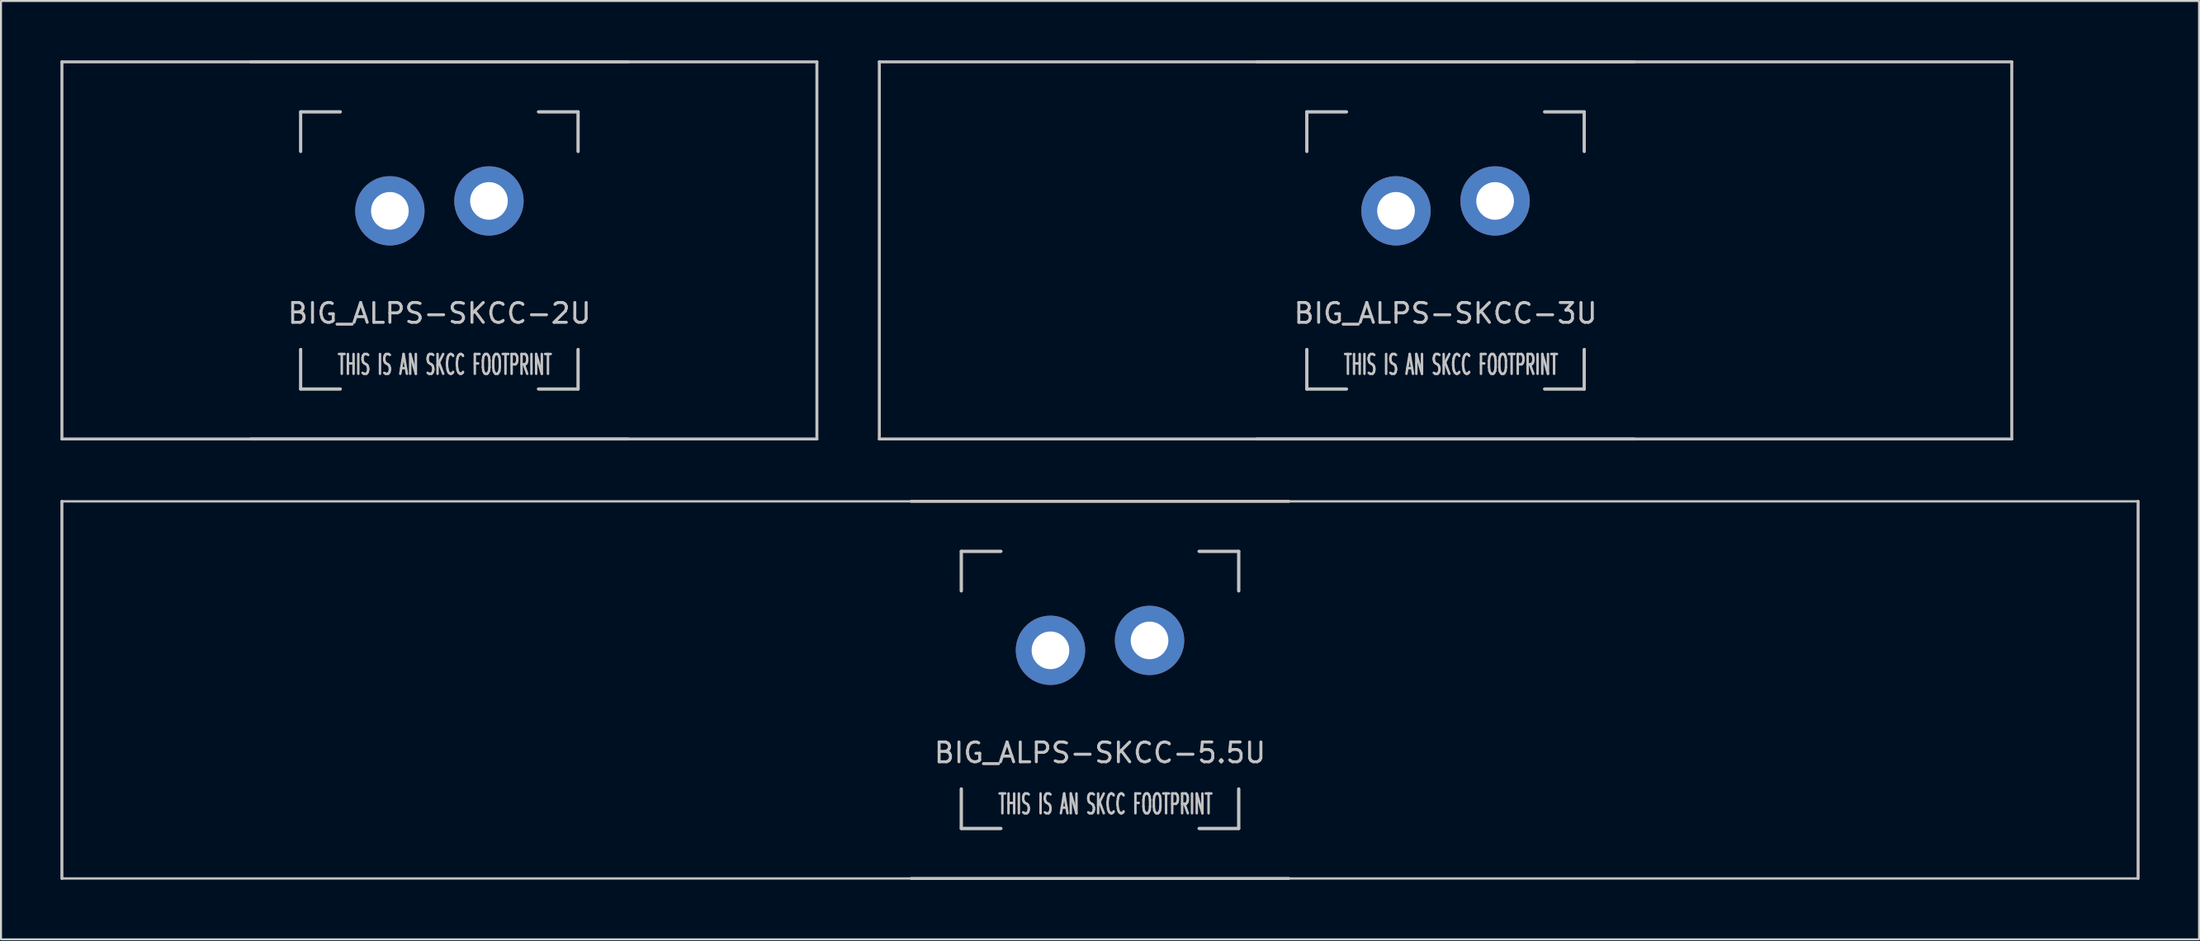
<source format=kicad_pcb>
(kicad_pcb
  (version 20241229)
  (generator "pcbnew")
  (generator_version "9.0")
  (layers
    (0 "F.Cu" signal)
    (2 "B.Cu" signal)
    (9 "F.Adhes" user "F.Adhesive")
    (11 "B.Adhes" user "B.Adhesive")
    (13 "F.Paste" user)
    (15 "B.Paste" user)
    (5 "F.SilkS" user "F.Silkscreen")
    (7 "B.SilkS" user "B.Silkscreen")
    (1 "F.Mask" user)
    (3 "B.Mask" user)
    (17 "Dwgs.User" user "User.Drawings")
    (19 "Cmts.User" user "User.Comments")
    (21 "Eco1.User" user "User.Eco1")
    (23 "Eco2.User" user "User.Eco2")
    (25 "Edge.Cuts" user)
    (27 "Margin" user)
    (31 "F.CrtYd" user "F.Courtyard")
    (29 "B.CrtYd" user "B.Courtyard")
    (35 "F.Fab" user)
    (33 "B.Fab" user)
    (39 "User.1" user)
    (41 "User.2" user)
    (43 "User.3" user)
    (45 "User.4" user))
  (footprint "BIG_ALPS-SKCC-3U"
    (layer "F.Cu")
    (at 69.9 9.6)
    (property "Reference" "BIG_ALPS-SKCC-3U" (at 0 3.175 0) (layer "Dwgs.User") (effects (font (size 1 1) (thickness 0.15))))
    (attr through_hole)
    (fp_line (start -28.575 -9.525) (end 28.575 -9.525) (stroke (width 0.15) (type solid)) (layer "Dwgs.User"))
    (fp_line (start -28.575 9.525) (end -28.575 -9.525) (stroke (width 0.15) (type solid)) (layer "Dwgs.User"))
    (fp_line (start -28.575 9.525) (end 28.575 9.525) (stroke (width 0.15) (type solid)) (layer "Dwgs.User"))
    (fp_line (start -9.525 -9.525) (end 9.525 -9.525) (stroke (width 0.15) (type solid)) (layer "Dwgs.User"))
    (fp_line (start -9.525 9.525) (end 9.525 9.525) (stroke (width 0.15) (type solid)) (layer "Dwgs.User"))
    (fp_line (start -7 -7) (end -7 -5) (stroke (width 0.15) (type solid)) (layer "Dwgs.User"))
    (fp_line (start -7 -7) (end -7 -5) (stroke (width 0.15) (type solid)) (layer "Dwgs.User"))
    (fp_line (start -7 5) (end -7 7) (stroke (width 0.15) (type solid)) (layer "Dwgs.User"))
    (fp_line (start -7 5) (end -7 7) (stroke (width 0.15) (type solid)) (layer "Dwgs.User"))
    (fp_line (start -7 7) (end -5 7) (stroke (width 0.15) (type solid)) (layer "Dwgs.User"))
    (fp_line (start -7 7) (end -5 7) (stroke (width 0.15) (type solid)) (layer "Dwgs.User"))
    (fp_line (start -5 -7) (end -7 -7) (stroke (width 0.15) (type solid)) (layer "Dwgs.User"))
    (fp_line (start -5 -7) (end -7 -7) (stroke (width 0.15) (type solid)) (layer "Dwgs.User"))
    (fp_line (start 5 -7) (end 7 -7) (stroke (width 0.15) (type solid)) (layer "Dwgs.User"))
    (fp_line (start 5 -7) (end 7 -7) (stroke (width 0.15) (type solid)) (layer "Dwgs.User"))
    (fp_line (start 5 7) (end 7 7) (stroke (width 0.15) (type solid)) (layer "Dwgs.User"))
    (fp_line (start 5 7) (end 7 7) (stroke (width 0.15) (type solid)) (layer "Dwgs.User"))
    (fp_line (start 7 -7) (end 7 -5) (stroke (width 0.15) (type solid)) (layer "Dwgs.User"))
    (fp_line (start 7 -7) (end 7 -5) (stroke (width 0.15) (type solid)) (layer "Dwgs.User"))
    (fp_line (start 7 7) (end 7 5) (stroke (width 0.15) (type solid)) (layer "Dwgs.User"))
    (fp_line (start 7 7) (end 7 5) (stroke (width 0.15) (type solid)) (layer "Dwgs.User"))
    (fp_line (start 28.575 -9.525) (end 28.575 9.525) (stroke (width 0.15) (type solid)) (layer "Dwgs.User"))
    (fp_text user "THIS IS AN SKCC FOOTPRINT" (at 0.275 5.775 0) (layer "Dwgs.User") (effects (font (size 1 0.5) (thickness 0.125))))
    (pad "1" thru_hole circle (at -2.5 -2) (size 3.5 3.5) (drill 1.9) (layers "*.Cu" "*.Mask"))
    (pad "2" thru_hole circle (at 2.5 -2.5) (size 3.5 3.5) (drill 1.9) (layers "*.Cu" "*.Mask")))
  (footprint "BIG_ALPS-SKCC-5.5U"
    (layer "F.Cu")
    (at 52.462 31.8)
    (property "Reference" "BIG_ALPS-SKCC-5.5U" (at 0 3.175 0) (layer "Dwgs.User") (effects (font (size 1 1) (thickness 0.15))))
    (attr through_hole)
    (fp_line (start -52.388 9.525) (end -52.388 -9.525) (stroke (width 0.15) (type solid)) (layer "Dwgs.User"))
    (fp_line (start -52.388 9.525) (end 52.388 9.525) (stroke (width 0.12) (type solid)) (layer "Dwgs.User"))
    (fp_line (start -9.525 -9.525) (end 9.525 -9.525) (stroke (width 0.15) (type solid)) (layer "Dwgs.User"))
    (fp_line (start -9.525 9.525) (end 9.525 9.525) (stroke (width 0.15) (type solid)) (layer "Dwgs.User"))
    (fp_line (start -7 -7) (end -7 -5) (stroke (width 0.15) (type solid)) (layer "Dwgs.User"))
    (fp_line (start -7 -7) (end -7 -5) (stroke (width 0.15) (type solid)) (layer "Dwgs.User"))
    (fp_line (start -7 5) (end -7 7) (stroke (width 0.15) (type solid)) (layer "Dwgs.User"))
    (fp_line (start -7 5) (end -7 7) (stroke (width 0.15) (type solid)) (layer "Dwgs.User"))
    (fp_line (start -7 7) (end -5 7) (stroke (width 0.15) (type solid)) (layer "Dwgs.User"))
    (fp_line (start -7 7) (end -5 7) (stroke (width 0.15) (type solid)) (layer "Dwgs.User"))
    (fp_line (start -5 -7) (end -7 -7) (stroke (width 0.15) (type solid)) (layer "Dwgs.User"))
    (fp_line (start -5 -7) (end -7 -7) (stroke (width 0.15) (type solid)) (layer "Dwgs.User"))
    (fp_line (start 5 -7) (end 7 -7) (stroke (width 0.15) (type solid)) (layer "Dwgs.User"))
    (fp_line (start 5 -7) (end 7 -7) (stroke (width 0.15) (type solid)) (layer "Dwgs.User"))
    (fp_line (start 5 7) (end 7 7) (stroke (width 0.15) (type solid)) (layer "Dwgs.User"))
    (fp_line (start 5 7) (end 7 7) (stroke (width 0.15) (type solid)) (layer "Dwgs.User"))
    (fp_line (start 7 -7) (end 7 -5) (stroke (width 0.15) (type solid)) (layer "Dwgs.User"))
    (fp_line (start 7 -7) (end 7 -5) (stroke (width 0.15) (type solid)) (layer "Dwgs.User"))
    (fp_line (start 7 7) (end 7 5) (stroke (width 0.15) (type solid)) (layer "Dwgs.User"))
    (fp_line (start 7 7) (end 7 5) (stroke (width 0.15) (type solid)) (layer "Dwgs.User"))
    (fp_line (start 52.388 -9.525) (end -52.388 -9.525) (stroke (width 0.12) (type solid)) (layer "Dwgs.User"))
    (fp_line (start 52.388 -9.525) (end 52.388 9.525) (stroke (width 0.15) (type solid)) (layer "Dwgs.User"))
    (fp_text user "THIS IS AN SKCC FOOTPRINT" (at 0.275 5.775 0) (layer "Dwgs.User") (effects (font (size 1 0.5) (thickness 0.125))))
    (pad "1" thru_hole circle (at -2.5 -2) (size 3.5 3.5) (drill 1.9) (layers "*.Cu" "*.Mask"))
    (pad "2" thru_hole circle (at 2.5 -2.5) (size 3.5 3.5) (drill 1.9) (layers "*.Cu" "*.Mask")))
  (footprint "BIG_ALPS-SKCC-2U"
    (layer "F.Cu")
    (at 19.125 9.6)
    (property "Reference" "BIG_ALPS-SKCC-2U" (at 0 3.175 0) (layer "Dwgs.User") (effects (font (size 1 1) (thickness 0.15))))
    (attr through_hole)
    (fp_line (start -19.05 -9.525) (end 19.05 -9.525) (stroke (width 0.15) (type solid)) (layer "Dwgs.User"))
    (fp_line (start -19.05 9.525) (end -19.05 -9.525) (stroke (width 0.15) (type solid)) (layer "Dwgs.User"))
    (fp_line (start -19.05 9.525) (end 19.05 9.525) (stroke (width 0.15) (type solid)) (layer "Dwgs.User"))
    (fp_line (start -9.525 -9.525) (end 9.525 -9.525) (stroke (width 0.15) (type solid)) (layer "Dwgs.User"))
    (fp_line (start -9.525 9.525) (end 9.525 9.525) (stroke (width 0.15) (type solid)) (layer "Dwgs.User"))
    (fp_line (start -7 -7) (end -7 -5) (stroke (width 0.15) (type solid)) (layer "Dwgs.User"))
    (fp_line (start -7 -7) (end -7 -5) (stroke (width 0.15) (type solid)) (layer "Dwgs.User"))
    (fp_line (start -7 5) (end -7 7) (stroke (width 0.15) (type solid)) (layer "Dwgs.User"))
    (fp_line (start -7 5) (end -7 7) (stroke (width 0.15) (type solid)) (layer "Dwgs.User"))
    (fp_line (start -7 7) (end -5 7) (stroke (width 0.15) (type solid)) (layer "Dwgs.User"))
    (fp_line (start -7 7) (end -5 7) (stroke (width 0.15) (type solid)) (layer "Dwgs.User"))
    (fp_line (start -5 -7) (end -7 -7) (stroke (width 0.15) (type solid)) (layer "Dwgs.User"))
    (fp_line (start -5 -7) (end -7 -7) (stroke (width 0.15) (type solid)) (layer "Dwgs.User"))
    (fp_line (start 5 -7) (end 7 -7) (stroke (width 0.15) (type solid)) (layer "Dwgs.User"))
    (fp_line (start 5 -7) (end 7 -7) (stroke (width 0.15) (type solid)) (layer "Dwgs.User"))
    (fp_line (start 5 7) (end 7 7) (stroke (width 0.15) (type solid)) (layer "Dwgs.User"))
    (fp_line (start 5 7) (end 7 7) (stroke (width 0.15) (type solid)) (layer "Dwgs.User"))
    (fp_line (start 7 -7) (end 7 -5) (stroke (width 0.15) (type solid)) (layer "Dwgs.User"))
    (fp_line (start 7 -7) (end 7 -5) (stroke (width 0.15) (type solid)) (layer "Dwgs.User"))
    (fp_line (start 7 7) (end 7 5) (stroke (width 0.15) (type solid)) (layer "Dwgs.User"))
    (fp_line (start 7 7) (end 7 5) (stroke (width 0.15) (type solid)) (layer "Dwgs.User"))
    (fp_line (start 19.05 -9.525) (end 19.05 9.525) (stroke (width 0.15) (type solid)) (layer "Dwgs.User"))
    (fp_text user "THIS IS AN SKCC FOOTPRINT" (at 0.275 5.775 0) (layer "Dwgs.User") (effects (font (size 1 0.5) (thickness 0.125))))
    (pad "1" thru_hole circle (at -2.5 -2) (size 3.5 3.5) (drill 1.9) (layers "*.Cu" "*.Mask"))
    (pad "2" thru_hole circle (at 2.5 -2.5) (size 3.5 3.5) (drill 1.9) (layers "*.Cu" "*.Mask")))
  (gr_rect
    (start -3 -3)
    (end 107.925 44.4)
    (stroke (width 0.1) (type default))
    (fill no)
    (layer "Edge.Cuts")))
</source>
